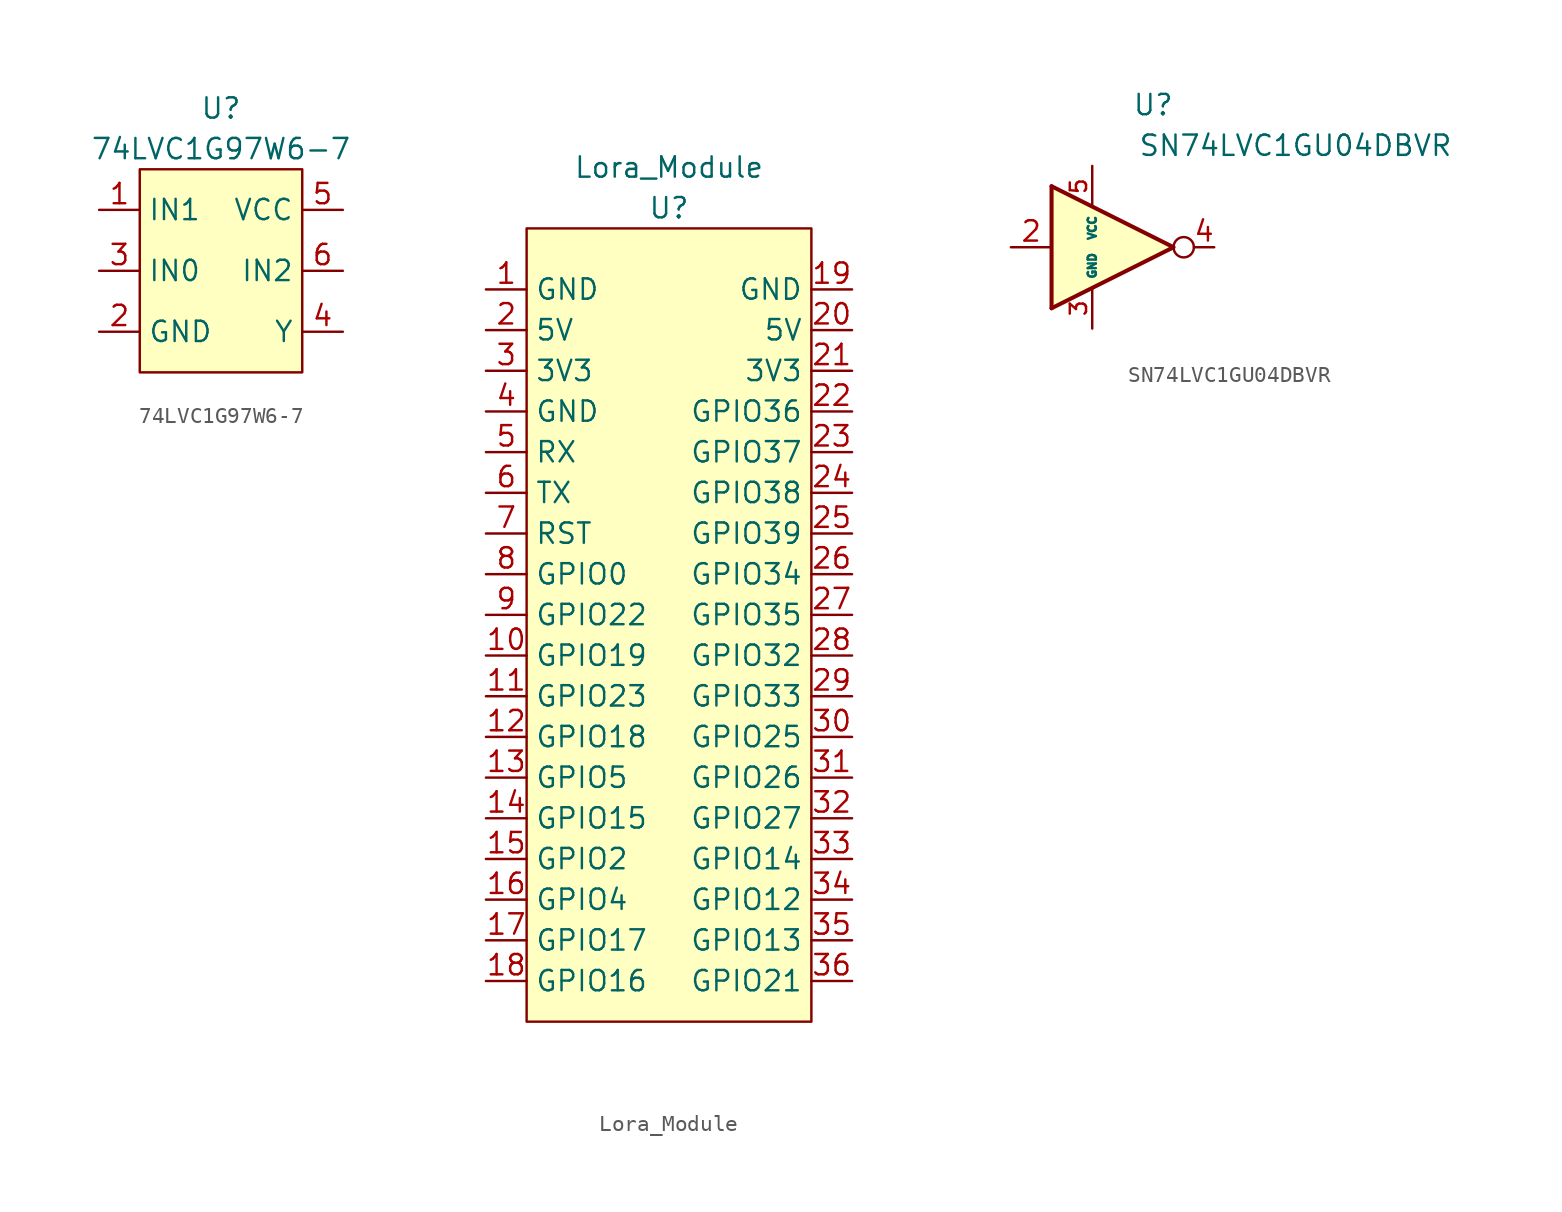
<source format=kicad_sym>
(kicad_symbol_lib
  (version 20211014)
  (generator kicad_symbol_editor)
  (symbol "74LVC1G97W6-7"
    (property "Reference" "U"
      (at 0 10.16 0)
      (effects (font (size 1.27 1.27))))
    (property "Value" "74LVC1G97W6-7"
      (at 0 7.62 0)
      (effects (font (size 1.27 1.27))))
    (symbol "74LVC1G97W6-7_0_1"
      (rectangle (start -5.08 6.35) (end 5.08 -6.35) (stroke (width 0) (type default) (color 0 0 0 0)) (fill (type background))))
    (symbol "74LVC1G97W6-7_1_1"
      (pin input line (at -7.62 3.81 0) (length 2.54) (name "IN1" (effects (font (size 1.27 1.27)))) (number "1" (effects (font (size 1.27 1.27)))))
      (pin input line (at -7.62 -3.81 0) (length 2.54) (name "GND" (effects (font (size 1.27 1.27)))) (number "2" (effects (font (size 1.27 1.27)))))
      (pin input line (at -7.62 0 0) (length 2.54) (name "IN0" (effects (font (size 1.27 1.27)))) (number "3" (effects (font (size 1.27 1.27)))))
      (pin output line (at 7.62 -3.81 180) (length 2.54) (name "Y" (effects (font (size 1.27 1.27)))) (number "4" (effects (font (size 1.27 1.27)))))
      (pin input line (at 7.62 3.81 180) (length 2.54) (name "VCC" (effects (font (size 1.27 1.27)))) (number "5" (effects (font (size 1.27 1.27)))))
      (pin input line (at 7.62 0 180) (length 2.54) (name "IN2" (effects (font (size 1.27 1.27)))) (number "6" (effects (font (size 1.27 1.27)))))))
  (symbol "Lora_Module"
    (property "Reference" "U"
      (at 0 25.4 0)
      (effects (font (size 1.27 1.27))))
    (property "Value" "Lora_Module"
      (at 0 27.94 0)
      (effects (font (size 1.27 1.27))))
    (symbol "Lora_Module_0_1"
      (rectangle (start -8.89 24.13) (end 8.89 -25.4) (stroke (width 0) (type default) (color 0 0 0 0)) (fill (type background))))
    (symbol "Lora_Module_1_1"
      (pin input line (at -11.43 20.32 0) (length 2.54) (name "GND" (effects (font (size 1.27 1.27)))) (number "1" (effects (font (size 1.27 1.27)))))
      (pin input line (at -11.43 -2.54 0) (length 2.54) (name "GPIO19" (effects (font (size 1.27 1.27)))) (number "10" (effects (font (size 1.27 1.27)))))
      (pin input line (at -11.43 -5.08 0) (length 2.54) (name "GPIO23" (effects (font (size 1.27 1.27)))) (number "11" (effects (font (size 1.27 1.27)))))
      (pin input line (at -11.43 -7.62 0) (length 2.54) (name "GPIO18" (effects (font (size 1.27 1.27)))) (number "12" (effects (font (size 1.27 1.27)))))
      (pin input line (at -11.43 -10.16 0) (length 2.54) (name "GPIO5" (effects (font (size 1.27 1.27)))) (number "13" (effects (font (size 1.27 1.27)))))
      (pin input line (at -11.43 -12.7 0) (length 2.54) (name "GPIO15" (effects (font (size 1.27 1.27)))) (number "14" (effects (font (size 1.27 1.27)))))
      (pin input line (at -11.43 -15.24 0) (length 2.54) (name "GPIO2" (effects (font (size 1.27 1.27)))) (number "15" (effects (font (size 1.27 1.27)))))
      (pin input line (at -11.43 -17.78 0) (length 2.54) (name "GPIO4" (effects (font (size 1.27 1.27)))) (number "16" (effects (font (size 1.27 1.27)))))
      (pin input line (at -11.43 -20.32 0) (length 2.54) (name "GPIO17" (effects (font (size 1.27 1.27)))) (number "17" (effects (font (size 1.27 1.27)))))
      (pin input line (at -11.43 -22.86 0) (length 2.54) (name "GPIO16" (effects (font (size 1.27 1.27)))) (number "18" (effects (font (size 1.27 1.27)))))
      (pin input line (at 11.43 20.32 180) (length 2.54) (name "GND" (effects (font (size 1.27 1.27)))) (number "19" (effects (font (size 1.27 1.27)))))
      (pin input line (at -11.43 17.78 0) (length 2.54) (name "5V" (effects (font (size 1.27 1.27)))) (number "2" (effects (font (size 1.27 1.27)))))
      (pin input line (at 11.43 17.78 180) (length 2.54) (name "5V" (effects (font (size 1.27 1.27)))) (number "20" (effects (font (size 1.27 1.27)))))
      (pin input line (at 11.43 15.24 180) (length 2.54) (name "3V3" (effects (font (size 1.27 1.27)))) (number "21" (effects (font (size 1.27 1.27)))))
      (pin input line (at 11.43 12.7 180) (length 2.54) (name "GPIO36" (effects (font (size 1.27 1.27)))) (number "22" (effects (font (size 1.27 1.27)))))
      (pin input line (at 11.43 10.16 180) (length 2.54) (name "GPIO37" (effects (font (size 1.27 1.27)))) (number "23" (effects (font (size 1.27 1.27)))))
      (pin input line (at 11.43 7.62 180) (length 2.54) (name "GPIO38" (effects (font (size 1.27 1.27)))) (number "24" (effects (font (size 1.27 1.27)))))
      (pin input line (at 11.43 5.08 180) (length 2.54) (name "GPIO39" (effects (font (size 1.27 1.27)))) (number "25" (effects (font (size 1.27 1.27)))))
      (pin input line (at 11.43 2.54 180) (length 2.54) (name "GPIO34" (effects (font (size 1.27 1.27)))) (number "26" (effects (font (size 1.27 1.27)))))
      (pin input line (at 11.43 0 180) (length 2.54) (name "GPIO35" (effects (font (size 1.27 1.27)))) (number "27" (effects (font (size 1.27 1.27)))))
      (pin input line (at 11.43 -2.54 180) (length 2.54) (name "GPIO32" (effects (font (size 1.27 1.27)))) (number "28" (effects (font (size 1.27 1.27)))))
      (pin input line (at 11.43 -5.08 180) (length 2.54) (name "GPIO33" (effects (font (size 1.27 1.27)))) (number "29" (effects (font (size 1.27 1.27)))))
      (pin input line (at -11.43 15.24 0) (length 2.54) (name "3V3" (effects (font (size 1.27 1.27)))) (number "3" (effects (font (size 1.27 1.27)))))
      (pin input line (at 11.43 -7.62 180) (length 2.54) (name "GPIO25" (effects (font (size 1.27 1.27)))) (number "30" (effects (font (size 1.27 1.27)))))
      (pin input line (at 11.43 -10.16 180) (length 2.54) (name "GPIO26" (effects (font (size 1.27 1.27)))) (number "31" (effects (font (size 1.27 1.27)))))
      (pin input line (at 11.43 -12.7 180) (length 2.54) (name "GPIO27" (effects (font (size 1.27 1.27)))) (number "32" (effects (font (size 1.27 1.27)))))
      (pin input line (at 11.43 -15.24 180) (length 2.54) (name "GPIO14" (effects (font (size 1.27 1.27)))) (number "33" (effects (font (size 1.27 1.27)))))
      (pin input line (at 11.43 -17.78 180) (length 2.54) (name "GPIO12" (effects (font (size 1.27 1.27)))) (number "34" (effects (font (size 1.27 1.27)))))
      (pin input line (at 11.43 -20.32 180) (length 2.54) (name "GPIO13" (effects (font (size 1.27 1.27)))) (number "35" (effects (font (size 1.27 1.27)))))
      (pin input line (at 11.43 -22.86 180) (length 2.54) (name "GPIO21" (effects (font (size 1.27 1.27)))) (number "36" (effects (font (size 1.27 1.27)))))
      (pin input line (at -11.43 12.7 0) (length 2.54) (name "GND" (effects (font (size 1.27 1.27)))) (number "4" (effects (font (size 1.27 1.27)))))
      (pin input line (at -11.43 10.16 0) (length 2.54) (name "RX" (effects (font (size 1.27 1.27)))) (number "5" (effects (font (size 1.27 1.27)))))
      (pin input line (at -11.43 7.62 0) (length 2.54) (name "TX" (effects (font (size 1.27 1.27)))) (number "6" (effects (font (size 1.27 1.27)))))
      (pin input line (at -11.43 5.08 0) (length 2.54) (name "RST" (effects (font (size 1.27 1.27)))) (number "7" (effects (font (size 1.27 1.27)))))
      (pin input line (at -11.43 2.54 0) (length 2.54) (name "GPIO0" (effects (font (size 1.27 1.27)))) (number "8" (effects (font (size 1.27 1.27)))))
      (pin input line (at -11.43 0 0) (length 2.54) (name "GPIO22" (effects (font (size 1.27 1.27)))) (number "9" (effects (font (size 1.27 1.27)))))))
  (symbol "SN74LVC1GU04DBVR"
    (property "Reference" "U"
      (at 3.81 8.89 0)
      (effects (font (size 1.27 1.27))))
    (property "Value" "SN74LVC1GU04DBVR"
      (at 12.7 6.35 0)
      (effects (font (size 1.27 1.27))))
    (symbol "SN74LVC1GU04DBVR_0_1"
      (rectangle (start -2.54 3.81) (end -2.54 -3.81) (stroke (width 0.254) (type default) (color 0 0 0 0)) (fill (type background)))
      (polyline (pts (xy -2.54 -3.81) (xy 5.08 0) (xy -2.54 3.81)) (stroke (width 0.254) (type default) (color 0 0 0 0)) (fill (type background)))
      (circle (center 5.715 0) (radius 0.635) (stroke (width 0) (type default) (color 0 0 0 0)) (fill (type none))))
    (symbol "SN74LVC1GU04DBVR_1_1"
      (pin no_connect line (at 5.08 0 180) (length 2.54) hide (name "NC" (effects (font (size 1.27 1.27)))) (number "1" (effects (font (size 1.27 1.27)))))
      (pin input line (at -5.08 0 0) (length 2.54) (name "~" (effects (font (size 1.27 1.27)))) (number "2" (effects (font (size 1.27 1.27)))))
      (pin power_in line (at 0 -5.08 90) (length 2.54) (name "GND" (effects (font (size 0.508 0.508)))) (number "3" (effects (font (size 1.016 1.016)))))
      (pin output line (at 7.62 0 180) (length 1.27) (name "~" (effects (font (size 1.27 1.27)))) (number "4" (effects (font (size 1.27 1.27)))))
      (pin power_in line (at 0 5.08 270) (length 2.54) (name "VCC" (effects (font (size 0.508 0.508)))) (number "5" (effects (font (size 1.016 1.016))))))))
</source>
